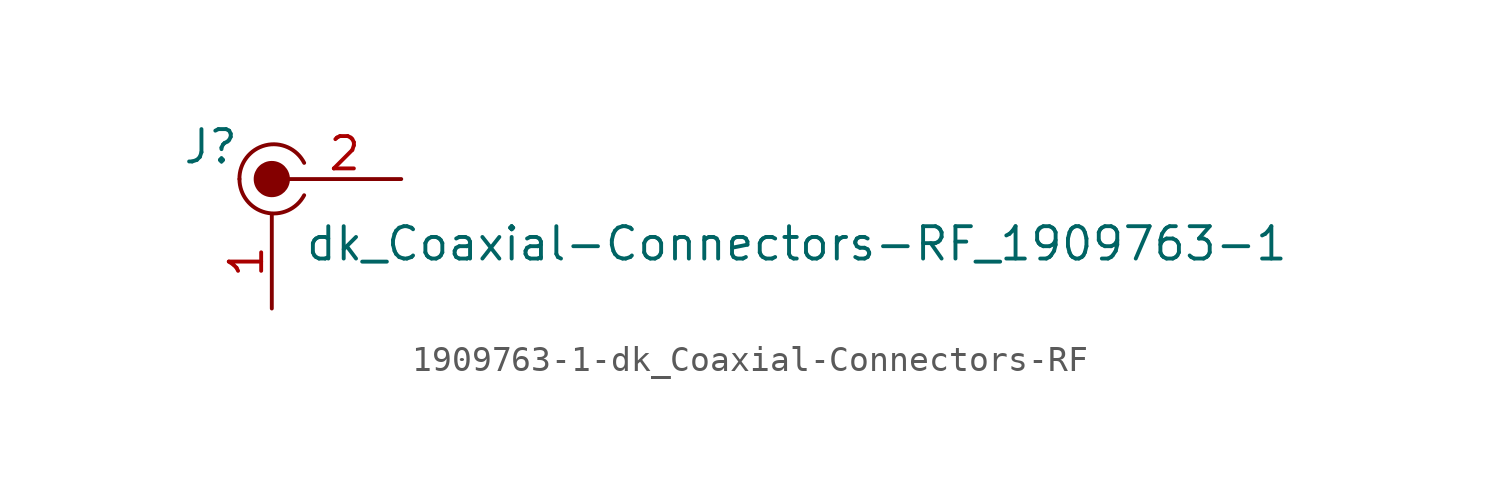
<source format=kicad_sym>
(kicad_symbol_lib
  (version 20231120)
  (generator "kicad_symbol_editor")
  (generator_version "8.0")
  (symbol "1909763-1-dk_Coaxial-Connectors-RF"
    (pin_names
      (offset 1.016))
    (property "Reference" "J"
      (at -1.27 1.27 0)
      (effects (font (size 1.27 1.27)) (justify right)))
    (property "Value" "dk_Coaxial-Connectors-RF_1909763-1"
      (at 1.27 -2.54 0)
      (effects (font (size 1.27 1.27)) (justify left)))
    (symbol "1909763-1-dk_Coaxial-Connectors-RF_1_1"
      (arc (start -1.27 0) (mid -0.2651 -1.3081) (end 1.27 -0.635) (stroke (width 0) (type solid)) (fill (type none)))
      (circle (center 0 0) (radius 0.635) (stroke (width 0) (type solid)) (fill (type outline)))
      (arc (start 1.27 0.635) (mid -0.2496 1.3256) (end -1.27 0) (stroke (width 0) (type solid)) (fill (type none)))
      (pin passive line (at 0 -5.08 90) (length 3.683) (name "~" (effects (font (size 1.27 1.27)))) (number "1" (effects (font (size 1.27 1.27)))))
      (pin passive line (at 5.08 0 180) (length 4.445) (name "~" (effects (font (size 1.27 1.27)))) (number "2" (effects (font (size 1.27 1.27))))))))
</source>
